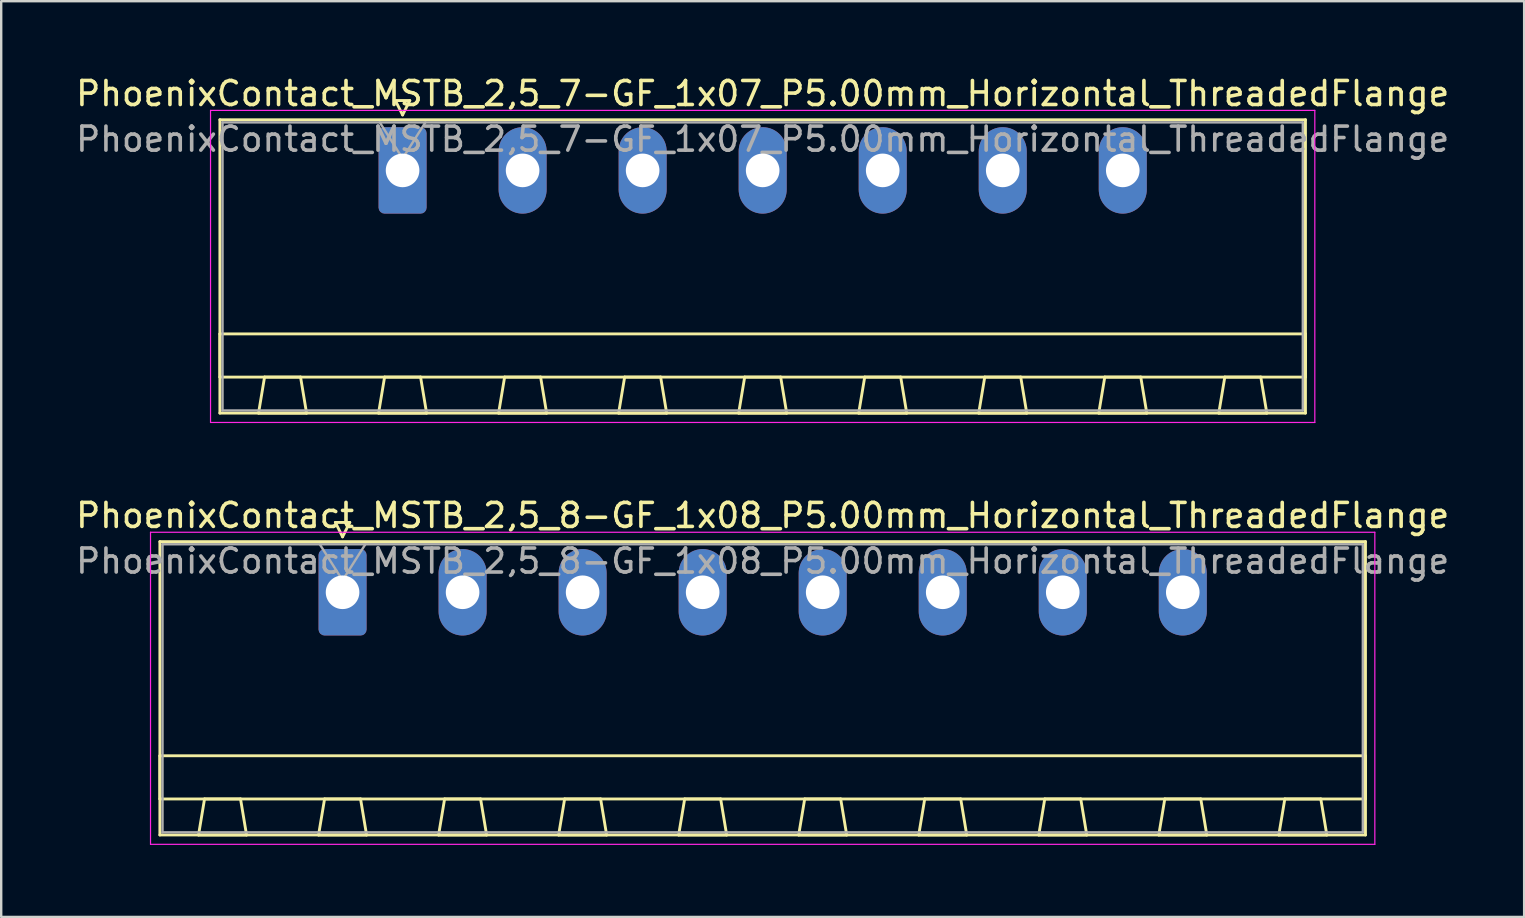
<source format=kicad_pcb>
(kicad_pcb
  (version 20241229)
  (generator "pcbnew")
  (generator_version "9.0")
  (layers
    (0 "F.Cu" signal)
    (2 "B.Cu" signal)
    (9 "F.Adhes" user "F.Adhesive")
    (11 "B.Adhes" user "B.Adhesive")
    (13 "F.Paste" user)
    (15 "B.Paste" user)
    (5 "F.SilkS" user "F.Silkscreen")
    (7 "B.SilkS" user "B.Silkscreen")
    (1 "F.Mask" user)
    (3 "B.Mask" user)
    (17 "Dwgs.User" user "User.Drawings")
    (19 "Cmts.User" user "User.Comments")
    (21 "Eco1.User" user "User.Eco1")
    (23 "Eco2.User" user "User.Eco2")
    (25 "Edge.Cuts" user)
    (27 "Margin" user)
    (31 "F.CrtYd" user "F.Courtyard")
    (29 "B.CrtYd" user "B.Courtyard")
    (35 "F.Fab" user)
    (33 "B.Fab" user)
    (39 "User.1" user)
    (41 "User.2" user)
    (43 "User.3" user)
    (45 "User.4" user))
  (footprint "PhoenixContact_MSTB_2,5_8-GF_1x08_P5.00mm_Horizontal_ThreadedFlange"
    (layer "F.Cu")
    (at 11.22 21.622)
    (property "Reference" "PhoenixContact_MSTB_2,5_8-GF_1x08_P5.00mm_Horizontal_ThreadedFlange" (at 17.5 -3.2 0) (layer "F.SilkS") (effects (font (size 1 1) (thickness 0.15))))
    (attr through_hole)
    (fp_line (start -7.61 -2.11) (end -7.61 10.11) (stroke (width 0.12) (type solid)) (layer "F.SilkS"))
    (fp_line (start -7.61 6.81) (end 42.61 6.81) (stroke (width 0.12) (type solid)) (layer "F.SilkS"))
    (fp_line (start -7.61 8.61) (end -7.61 6.81) (stroke (width 0.12) (type solid)) (layer "F.SilkS"))
    (fp_line (start -7.61 10.11) (end 42.61 10.11) (stroke (width 0.12) (type solid)) (layer "F.SilkS"))
    (fp_line (start -6 10.11) (end -4 10.11) (stroke (width 0.12) (type solid)) (layer "F.SilkS"))
    (fp_line (start -5.75 8.61) (end -6 10.11) (stroke (width 0.12) (type solid)) (layer "F.SilkS"))
    (fp_line (start -4.25 8.61) (end -5.75 8.61) (stroke (width 0.12) (type solid)) (layer "F.SilkS"))
    (fp_line (start -4 10.11) (end -4.25 8.61) (stroke (width 0.12) (type solid)) (layer "F.SilkS"))
    (fp_line (start -1 10.11) (end 1 10.11) (stroke (width 0.12) (type solid)) (layer "F.SilkS"))
    (fp_line (start -0.75 8.61) (end -1 10.11) (stroke (width 0.12) (type solid)) (layer "F.SilkS"))
    (fp_line (start -0.3 -2.91) (end 0.3 -2.91) (stroke (width 0.12) (type solid)) (layer "F.SilkS"))
    (fp_line (start 0 -2.31) (end -0.3 -2.91) (stroke (width 0.12) (type solid)) (layer "F.SilkS"))
    (fp_line (start 0.3 -2.91) (end 0 -2.31) (stroke (width 0.12) (type solid)) (layer "F.SilkS"))
    (fp_line (start 0.75 8.61) (end -0.75 8.61) (stroke (width 0.12) (type solid)) (layer "F.SilkS"))
    (fp_line (start 1 10.11) (end 0.75 8.61) (stroke (width 0.12) (type solid)) (layer "F.SilkS"))
    (fp_line (start 4 10.11) (end 6 10.11) (stroke (width 0.12) (type solid)) (layer "F.SilkS"))
    (fp_line (start 4.25 8.61) (end 4 10.11) (stroke (width 0.12) (type solid)) (layer "F.SilkS"))
    (fp_line (start 5.75 8.61) (end 4.25 8.61) (stroke (width 0.12) (type solid)) (layer "F.SilkS"))
    (fp_line (start 6 10.11) (end 5.75 8.61) (stroke (width 0.12) (type solid)) (layer "F.SilkS"))
    (fp_line (start 9 10.11) (end 11 10.11) (stroke (width 0.12) (type solid)) (layer "F.SilkS"))
    (fp_line (start 9.25 8.61) (end 9 10.11) (stroke (width 0.12) (type solid)) (layer "F.SilkS"))
    (fp_line (start 10.75 8.61) (end 9.25 8.61) (stroke (width 0.12) (type solid)) (layer "F.SilkS"))
    (fp_line (start 11 10.11) (end 10.75 8.61) (stroke (width 0.12) (type solid)) (layer "F.SilkS"))
    (fp_line (start 14 10.11) (end 16 10.11) (stroke (width 0.12) (type solid)) (layer "F.SilkS"))
    (fp_line (start 14.25 8.61) (end 14 10.11) (stroke (width 0.12) (type solid)) (layer "F.SilkS"))
    (fp_line (start 15.75 8.61) (end 14.25 8.61) (stroke (width 0.12) (type solid)) (layer "F.SilkS"))
    (fp_line (start 16 10.11) (end 15.75 8.61) (stroke (width 0.12) (type solid)) (layer "F.SilkS"))
    (fp_line (start 19 10.11) (end 21 10.11) (stroke (width 0.12) (type solid)) (layer "F.SilkS"))
    (fp_line (start 19.25 8.61) (end 19 10.11) (stroke (width 0.12) (type solid)) (layer "F.SilkS"))
    (fp_line (start 20.75 8.61) (end 19.25 8.61) (stroke (width 0.12) (type solid)) (layer "F.SilkS"))
    (fp_line (start 21 10.11) (end 20.75 8.61) (stroke (width 0.12) (type solid)) (layer "F.SilkS"))
    (fp_line (start 24 10.11) (end 26 10.11) (stroke (width 0.12) (type solid)) (layer "F.SilkS"))
    (fp_line (start 24.25 8.61) (end 24 10.11) (stroke (width 0.12) (type solid)) (layer "F.SilkS"))
    (fp_line (start 25.75 8.61) (end 24.25 8.61) (stroke (width 0.12) (type solid)) (layer "F.SilkS"))
    (fp_line (start 26 10.11) (end 25.75 8.61) (stroke (width 0.12) (type solid)) (layer "F.SilkS"))
    (fp_line (start 29 10.11) (end 31 10.11) (stroke (width 0.12) (type solid)) (layer "F.SilkS"))
    (fp_line (start 29.25 8.61) (end 29 10.11) (stroke (width 0.12) (type solid)) (layer "F.SilkS"))
    (fp_line (start 30.75 8.61) (end 29.25 8.61) (stroke (width 0.12) (type solid)) (layer "F.SilkS"))
    (fp_line (start 31 10.11) (end 30.75 8.61) (stroke (width 0.12) (type solid)) (layer "F.SilkS"))
    (fp_line (start 34 10.11) (end 36 10.11) (stroke (width 0.12) (type solid)) (layer "F.SilkS"))
    (fp_line (start 34.25 8.61) (end 34 10.11) (stroke (width 0.12) (type solid)) (layer "F.SilkS"))
    (fp_line (start 35.75 8.61) (end 34.25 8.61) (stroke (width 0.12) (type solid)) (layer "F.SilkS"))
    (fp_line (start 36 10.11) (end 35.75 8.61) (stroke (width 0.12) (type solid)) (layer "F.SilkS"))
    (fp_line (start 39 10.11) (end 41 10.11) (stroke (width 0.12) (type solid)) (layer "F.SilkS"))
    (fp_line (start 39.25 8.61) (end 39 10.11) (stroke (width 0.12) (type solid)) (layer "F.SilkS"))
    (fp_line (start 40.75 8.61) (end 39.25 8.61) (stroke (width 0.12) (type solid)) (layer "F.SilkS"))
    (fp_line (start 41 10.11) (end 40.75 8.61) (stroke (width 0.12) (type solid)) (layer "F.SilkS"))
    (fp_line (start 42.61 -2.11) (end -7.61 -2.11) (stroke (width 0.12) (type solid)) (layer "F.SilkS"))
    (fp_line (start 42.61 6.81) (end 42.61 8.61) (stroke (width 0.12) (type solid)) (layer "F.SilkS"))
    (fp_line (start 42.61 8.61) (end -7.61 8.61) (stroke (width 0.12) (type solid)) (layer "F.SilkS"))
    (fp_line (start 42.61 10.11) (end 42.61 -2.11) (stroke (width 0.12) (type solid)) (layer "F.SilkS"))
    (fp_line (start -8 -2.5) (end -8 10.5) (stroke (width 0.05) (type solid)) (layer "F.CrtYd"))
    (fp_line (start -8 10.5) (end 43 10.5) (stroke (width 0.05) (type solid)) (layer "F.CrtYd"))
    (fp_line (start 43 -2.5) (end -8 -2.5) (stroke (width 0.05) (type solid)) (layer "F.CrtYd"))
    (fp_line (start 43 10.5) (end 43 -2.5) (stroke (width 0.05) (type solid)) (layer "F.CrtYd"))
    (fp_line (start -7.5 -2) (end -7.5 10) (stroke (width 0.1) (type solid)) (layer "F.Fab"))
    (fp_line (start -7.5 10) (end 42.5 10) (stroke (width 0.1) (type solid)) (layer "F.Fab"))
    (fp_line (start 0 -0.5) (end -0.95 -2) (stroke (width 0.1) (type solid)) (layer "F.Fab"))
    (fp_line (start 0.95 -2) (end 0 -0.5) (stroke (width 0.1) (type solid)) (layer "F.Fab"))
    (fp_line (start 42.5 -2) (end -7.5 -2) (stroke (width 0.1) (type solid)) (layer "F.Fab"))
    (fp_line (start 42.5 10) (end 42.5 -2) (stroke (width 0.1) (type solid)) (layer "F.Fab"))
    (fp_text user "${REFERENCE}" (at 17.5 -1.3 0) (layer "F.Fab") (effects (font (size 1 1) (thickness 0.15))))
    (pad "1" thru_hole roundrect (at 0 0) (size 2 3.6) (drill 1.4) (layers "*.Cu" "*.Mask") (roundrect_rratio 0.125))
    (pad "2" thru_hole oval (at 5 0) (size 2 3.6) (drill 1.4) (layers "*.Cu" "*.Mask"))
    (pad "3" thru_hole oval (at 10 0) (size 2 3.6) (drill 1.4) (layers "*.Cu" "*.Mask"))
    (pad "4" thru_hole oval (at 15 0) (size 2 3.6) (drill 1.4) (layers "*.Cu" "*.Mask"))
    (pad "5" thru_hole oval (at 20 0) (size 2 3.6) (drill 1.4) (layers "*.Cu" "*.Mask"))
    (pad "6" thru_hole oval (at 25 0) (size 2 3.6) (drill 1.4) (layers "*.Cu" "*.Mask"))
    (pad "7" thru_hole oval (at 30 0) (size 2 3.6) (drill 1.4) (layers "*.Cu" "*.Mask"))
    (pad "8" thru_hole oval (at 35 0) (size 2 3.6) (drill 1.4) (layers "*.Cu" "*.Mask")))
  (footprint "PhoenixContact_MSTB_2,5_7-GF_1x07_P5.00mm_Horizontal_ThreadedFlange"
    (layer "F.Cu")
    (at 13.72 4.048)
    (property "Reference" "PhoenixContact_MSTB_2,5_7-GF_1x07_P5.00mm_Horizontal_ThreadedFlange" (at 15 -3.2 0) (layer "F.SilkS") (effects (font (size 1 1) (thickness 0.15))))
    (attr through_hole)
    (fp_line (start -7.61 -2.11) (end -7.61 10.11) (stroke (width 0.12) (type solid)) (layer "F.SilkS"))
    (fp_line (start -7.61 6.81) (end 37.61 6.81) (stroke (width 0.12) (type solid)) (layer "F.SilkS"))
    (fp_line (start -7.61 8.61) (end -7.61 6.81) (stroke (width 0.12) (type solid)) (layer "F.SilkS"))
    (fp_line (start -7.61 10.11) (end 37.61 10.11) (stroke (width 0.12) (type solid)) (layer "F.SilkS"))
    (fp_line (start -6 10.11) (end -4 10.11) (stroke (width 0.12) (type solid)) (layer "F.SilkS"))
    (fp_line (start -5.75 8.61) (end -6 10.11) (stroke (width 0.12) (type solid)) (layer "F.SilkS"))
    (fp_line (start -4.25 8.61) (end -5.75 8.61) (stroke (width 0.12) (type solid)) (layer "F.SilkS"))
    (fp_line (start -4 10.11) (end -4.25 8.61) (stroke (width 0.12) (type solid)) (layer "F.SilkS"))
    (fp_line (start -1 10.11) (end 1 10.11) (stroke (width 0.12) (type solid)) (layer "F.SilkS"))
    (fp_line (start -0.75 8.61) (end -1 10.11) (stroke (width 0.12) (type solid)) (layer "F.SilkS"))
    (fp_line (start -0.3 -2.91) (end 0.3 -2.91) (stroke (width 0.12) (type solid)) (layer "F.SilkS"))
    (fp_line (start 0 -2.31) (end -0.3 -2.91) (stroke (width 0.12) (type solid)) (layer "F.SilkS"))
    (fp_line (start 0.3 -2.91) (end 0 -2.31) (stroke (width 0.12) (type solid)) (layer "F.SilkS"))
    (fp_line (start 0.75 8.61) (end -0.75 8.61) (stroke (width 0.12) (type solid)) (layer "F.SilkS"))
    (fp_line (start 1 10.11) (end 0.75 8.61) (stroke (width 0.12) (type solid)) (layer "F.SilkS"))
    (fp_line (start 4 10.11) (end 6 10.11) (stroke (width 0.12) (type solid)) (layer "F.SilkS"))
    (fp_line (start 4.25 8.61) (end 4 10.11) (stroke (width 0.12) (type solid)) (layer "F.SilkS"))
    (fp_line (start 5.75 8.61) (end 4.25 8.61) (stroke (width 0.12) (type solid)) (layer "F.SilkS"))
    (fp_line (start 6 10.11) (end 5.75 8.61) (stroke (width 0.12) (type solid)) (layer "F.SilkS"))
    (fp_line (start 9 10.11) (end 11 10.11) (stroke (width 0.12) (type solid)) (layer "F.SilkS"))
    (fp_line (start 9.25 8.61) (end 9 10.11) (stroke (width 0.12) (type solid)) (layer "F.SilkS"))
    (fp_line (start 10.75 8.61) (end 9.25 8.61) (stroke (width 0.12) (type solid)) (layer "F.SilkS"))
    (fp_line (start 11 10.11) (end 10.75 8.61) (stroke (width 0.12) (type solid)) (layer "F.SilkS"))
    (fp_line (start 14 10.11) (end 16 10.11) (stroke (width 0.12) (type solid)) (layer "F.SilkS"))
    (fp_line (start 14.25 8.61) (end 14 10.11) (stroke (width 0.12) (type solid)) (layer "F.SilkS"))
    (fp_line (start 15.75 8.61) (end 14.25 8.61) (stroke (width 0.12) (type solid)) (layer "F.SilkS"))
    (fp_line (start 16 10.11) (end 15.75 8.61) (stroke (width 0.12) (type solid)) (layer "F.SilkS"))
    (fp_line (start 19 10.11) (end 21 10.11) (stroke (width 0.12) (type solid)) (layer "F.SilkS"))
    (fp_line (start 19.25 8.61) (end 19 10.11) (stroke (width 0.12) (type solid)) (layer "F.SilkS"))
    (fp_line (start 20.75 8.61) (end 19.25 8.61) (stroke (width 0.12) (type solid)) (layer "F.SilkS"))
    (fp_line (start 21 10.11) (end 20.75 8.61) (stroke (width 0.12) (type solid)) (layer "F.SilkS"))
    (fp_line (start 24 10.11) (end 26 10.11) (stroke (width 0.12) (type solid)) (layer "F.SilkS"))
    (fp_line (start 24.25 8.61) (end 24 10.11) (stroke (width 0.12) (type solid)) (layer "F.SilkS"))
    (fp_line (start 25.75 8.61) (end 24.25 8.61) (stroke (width 0.12) (type solid)) (layer "F.SilkS"))
    (fp_line (start 26 10.11) (end 25.75 8.61) (stroke (width 0.12) (type solid)) (layer "F.SilkS"))
    (fp_line (start 29 10.11) (end 31 10.11) (stroke (width 0.12) (type solid)) (layer "F.SilkS"))
    (fp_line (start 29.25 8.61) (end 29 10.11) (stroke (width 0.12) (type solid)) (layer "F.SilkS"))
    (fp_line (start 30.75 8.61) (end 29.25 8.61) (stroke (width 0.12) (type solid)) (layer "F.SilkS"))
    (fp_line (start 31 10.11) (end 30.75 8.61) (stroke (width 0.12) (type solid)) (layer "F.SilkS"))
    (fp_line (start 34 10.11) (end 36 10.11) (stroke (width 0.12) (type solid)) (layer "F.SilkS"))
    (fp_line (start 34.25 8.61) (end 34 10.11) (stroke (width 0.12) (type solid)) (layer "F.SilkS"))
    (fp_line (start 35.75 8.61) (end 34.25 8.61) (stroke (width 0.12) (type solid)) (layer "F.SilkS"))
    (fp_line (start 36 10.11) (end 35.75 8.61) (stroke (width 0.12) (type solid)) (layer "F.SilkS"))
    (fp_line (start 37.61 -2.11) (end -7.61 -2.11) (stroke (width 0.12) (type solid)) (layer "F.SilkS"))
    (fp_line (start 37.61 6.81) (end 37.61 8.61) (stroke (width 0.12) (type solid)) (layer "F.SilkS"))
    (fp_line (start 37.61 8.61) (end -7.61 8.61) (stroke (width 0.12) (type solid)) (layer "F.SilkS"))
    (fp_line (start 37.61 10.11) (end 37.61 -2.11) (stroke (width 0.12) (type solid)) (layer "F.SilkS"))
    (fp_line (start -8 -2.5) (end -8 10.5) (stroke (width 0.05) (type solid)) (layer "F.CrtYd"))
    (fp_line (start -8 10.5) (end 38 10.5) (stroke (width 0.05) (type solid)) (layer "F.CrtYd"))
    (fp_line (start 38 -2.5) (end -8 -2.5) (stroke (width 0.05) (type solid)) (layer "F.CrtYd"))
    (fp_line (start 38 10.5) (end 38 -2.5) (stroke (width 0.05) (type solid)) (layer "F.CrtYd"))
    (fp_line (start -7.5 -2) (end -7.5 10) (stroke (width 0.1) (type solid)) (layer "F.Fab"))
    (fp_line (start -7.5 10) (end 37.5 10) (stroke (width 0.1) (type solid)) (layer "F.Fab"))
    (fp_line (start 0 -0.5) (end -0.95 -2) (stroke (width 0.1) (type solid)) (layer "F.Fab"))
    (fp_line (start 0.95 -2) (end 0 -0.5) (stroke (width 0.1) (type solid)) (layer "F.Fab"))
    (fp_line (start 37.5 -2) (end -7.5 -2) (stroke (width 0.1) (type solid)) (layer "F.Fab"))
    (fp_line (start 37.5 10) (end 37.5 -2) (stroke (width 0.1) (type solid)) (layer "F.Fab"))
    (fp_text user "${REFERENCE}" (at 15 -1.3 0) (layer "F.Fab") (effects (font (size 1 1) (thickness 0.15))))
    (pad "1" thru_hole roundrect (at 0 0) (size 2 3.6) (drill 1.4) (layers "*.Cu" "*.Mask") (roundrect_rratio 0.125))
    (pad "2" thru_hole oval (at 5 0) (size 2 3.6) (drill 1.4) (layers "*.Cu" "*.Mask"))
    (pad "3" thru_hole oval (at 10 0) (size 2 3.6) (drill 1.4) (layers "*.Cu" "*.Mask"))
    (pad "4" thru_hole oval (at 15 0) (size 2 3.6) (drill 1.4) (layers "*.Cu" "*.Mask"))
    (pad "5" thru_hole oval (at 20 0) (size 2 3.6) (drill 1.4) (layers "*.Cu" "*.Mask"))
    (pad "6" thru_hole oval (at 25 0) (size 2 3.6) (drill 1.4) (layers "*.Cu" "*.Mask"))
    (pad "7" thru_hole oval (at 30 0) (size 2 3.6) (drill 1.4) (layers "*.Cu" "*.Mask")))
  (gr_rect
    (start -3 -3)
    (end 60.44 35.147)
    (stroke (width 0.1) (type default))
    (fill no)
    (layer "Edge.Cuts")))
</source>
